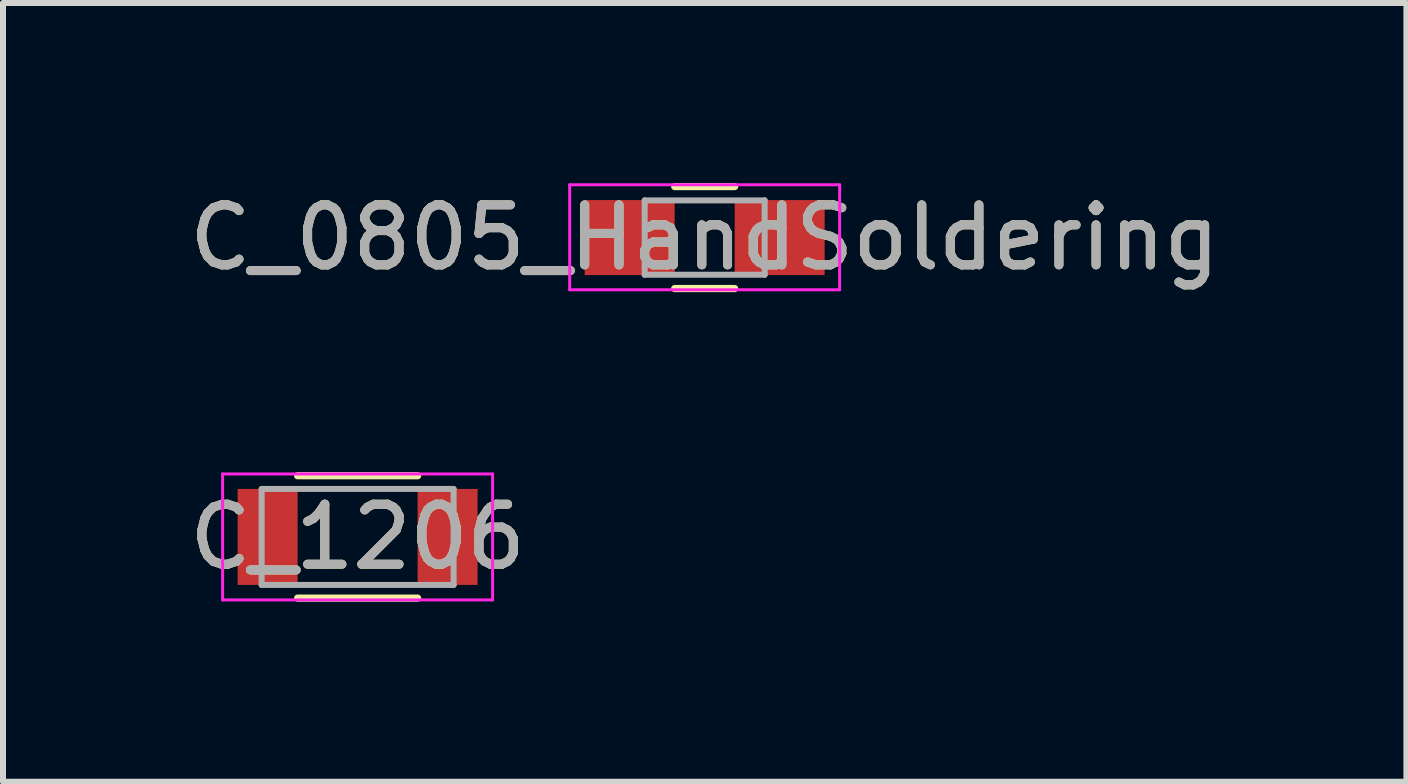
<source format=kicad_pcb>
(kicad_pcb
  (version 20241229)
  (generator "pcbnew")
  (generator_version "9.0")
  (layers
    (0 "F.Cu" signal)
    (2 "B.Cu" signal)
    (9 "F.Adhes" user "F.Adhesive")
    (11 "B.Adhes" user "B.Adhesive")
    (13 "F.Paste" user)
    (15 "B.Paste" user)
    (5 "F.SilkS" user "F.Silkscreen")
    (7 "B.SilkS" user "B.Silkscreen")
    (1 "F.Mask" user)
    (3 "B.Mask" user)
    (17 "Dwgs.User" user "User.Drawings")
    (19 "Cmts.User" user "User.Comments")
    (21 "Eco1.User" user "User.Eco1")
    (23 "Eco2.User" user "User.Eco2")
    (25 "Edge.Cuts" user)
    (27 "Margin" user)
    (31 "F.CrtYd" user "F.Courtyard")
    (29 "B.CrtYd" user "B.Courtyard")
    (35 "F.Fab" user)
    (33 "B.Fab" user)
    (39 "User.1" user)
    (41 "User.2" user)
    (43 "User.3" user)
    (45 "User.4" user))
  (footprint "C_0805_HandSoldering"
    (layer "F.Cu")
    (at 8.696 0.91)
    (property "Reference" "C_0805_HandSoldering" (at 0 0 0) (layer "F.SilkS") (effects (font (size 1 1) (thickness 0.15))))
    (attr smd)
    (fp_line (start -0.5 0.85) (end 0.5 0.85) (stroke (width 0.12) (type solid)) (layer "F.SilkS"))
    (fp_line (start 0.5 -0.85) (end -0.5 -0.85) (stroke (width 0.12) (type solid)) (layer "F.SilkS"))
    (fp_line (start -2.25 -0.88) (end -2.25 0.87) (stroke (width 0.05) (type solid)) (layer "F.CrtYd"))
    (fp_line (start -2.25 -0.88) (end 2.25 -0.88) (stroke (width 0.05) (type solid)) (layer "F.CrtYd"))
    (fp_line (start 2.25 0.87) (end -2.25 0.87) (stroke (width 0.05) (type solid)) (layer "F.CrtYd"))
    (fp_line (start 2.25 0.87) (end 2.25 -0.88) (stroke (width 0.05) (type solid)) (layer "F.CrtYd"))
    (fp_line (start -1 -0.62) (end 1 -0.62) (stroke (width 0.1) (type solid)) (layer "F.Fab"))
    (fp_line (start -1 0.62) (end -1 -0.62) (stroke (width 0.1) (type solid)) (layer "F.Fab"))
    (fp_line (start 1 -0.62) (end 1 0.62) (stroke (width 0.1) (type solid)) (layer "F.Fab"))
    (fp_line (start 1 0.62) (end -1 0.62) (stroke (width 0.1) (type solid)) (layer "F.Fab"))
    (fp_text user "${REFERENCE}" (at 0 0 0) (layer "F.Fab") (effects (font (size 1 1) (thickness 0.15))))
    (pad "1" smd rect (at -1.25 0) (size 1.5 1.25) (layers "F.Cu" "F.Mask" "F.Paste"))
    (pad "2" smd rect (at 1.25 0) (size 1.5 1.25) (layers "F.Cu" "F.Mask" "F.Paste")))
  (footprint "C_1206"
    (layer "F.Cu")
    (at 2.911 5.9)
    (property "Reference" "C_1206" (at 0 0 0) (layer "F.SilkS") (effects (font (size 1 1) (thickness 0.15))))
    (attr smd)
    (fp_line (start -1 1.02) (end 1 1.02) (stroke (width 0.12) (type solid)) (layer "F.SilkS"))
    (fp_line (start 1 -1.02) (end -1 -1.02) (stroke (width 0.12) (type solid)) (layer "F.SilkS"))
    (fp_line (start -2.25 -1.05) (end -2.25 1.05) (stroke (width 0.05) (type solid)) (layer "F.CrtYd"))
    (fp_line (start -2.25 -1.05) (end 2.25 -1.05) (stroke (width 0.05) (type solid)) (layer "F.CrtYd"))
    (fp_line (start 2.25 1.05) (end -2.25 1.05) (stroke (width 0.05) (type solid)) (layer "F.CrtYd"))
    (fp_line (start 2.25 1.05) (end 2.25 -1.05) (stroke (width 0.05) (type solid)) (layer "F.CrtYd"))
    (fp_line (start -1.6 -0.8) (end 1.6 -0.8) (stroke (width 0.1) (type solid)) (layer "F.Fab"))
    (fp_line (start -1.6 0.8) (end -1.6 -0.8) (stroke (width 0.1) (type solid)) (layer "F.Fab"))
    (fp_line (start 1.6 -0.8) (end 1.6 0.8) (stroke (width 0.1) (type solid)) (layer "F.Fab"))
    (fp_line (start 1.6 0.8) (end -1.6 0.8) (stroke (width 0.1) (type solid)) (layer "F.Fab"))
    (fp_text user "${REFERENCE}" (at 0 0 0) (layer "F.Fab") (effects (font (size 1 1) (thickness 0.15))))
    (pad "1" smd rect (at -1.5 0) (size 1 1.6) (layers "F.Cu" "F.Mask" "F.Paste"))
    (pad "2" smd rect (at 1.5 0) (size 1 1.6) (layers "F.Cu" "F.Mask" "F.Paste")))
  (gr_rect
    (start -3 -3)
    (end 20.393 9.98)
    (stroke (width 0.1) (type default))
    (fill no)
    (layer "Edge.Cuts")))
</source>
